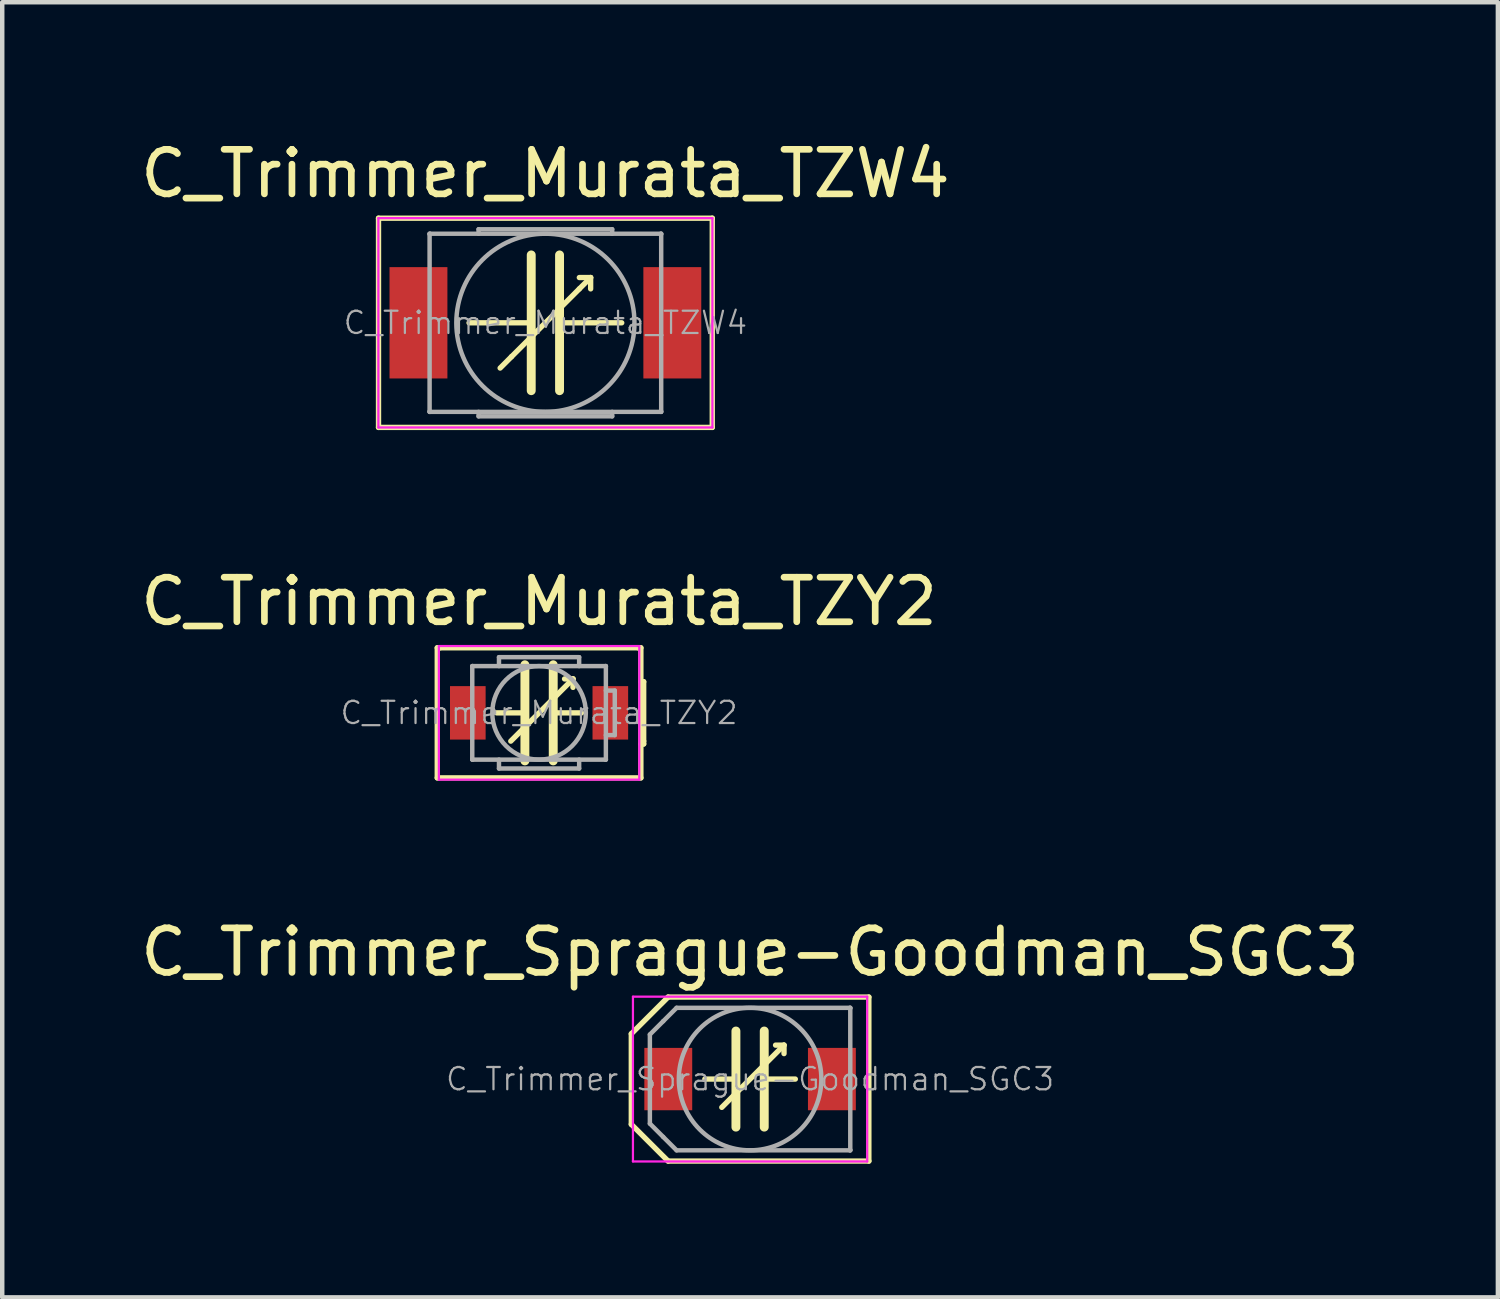
<source format=kicad_pcb>
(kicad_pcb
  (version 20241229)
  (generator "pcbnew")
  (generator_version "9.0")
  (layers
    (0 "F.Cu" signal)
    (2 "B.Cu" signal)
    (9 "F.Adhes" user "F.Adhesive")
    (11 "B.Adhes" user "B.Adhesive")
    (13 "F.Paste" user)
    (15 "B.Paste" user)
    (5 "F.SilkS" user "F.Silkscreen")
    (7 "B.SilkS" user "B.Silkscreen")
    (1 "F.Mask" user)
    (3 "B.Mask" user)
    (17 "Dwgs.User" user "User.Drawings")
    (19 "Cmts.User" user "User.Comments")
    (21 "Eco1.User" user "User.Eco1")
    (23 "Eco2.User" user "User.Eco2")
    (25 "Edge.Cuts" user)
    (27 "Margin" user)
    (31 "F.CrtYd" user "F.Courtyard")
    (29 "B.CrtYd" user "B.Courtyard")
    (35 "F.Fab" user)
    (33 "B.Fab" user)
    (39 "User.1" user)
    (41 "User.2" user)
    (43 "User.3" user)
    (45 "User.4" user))
  (footprint "C_Trimmer_Murata_TZW4"
    (layer "F.Cu")
    (at 9.196 4.198)
    (property "Reference" "C_Trimmer_Murata_TZW4" (at 0 -3.35 0) (layer "F.SilkS") (effects (font (size 1 1) (thickness 0.15))))
    (attr smd)
    (fp_line (start -3.747 -2.349) (end -3.747 2.349) (stroke (width 0.12) (type solid)) (layer "F.SilkS"))
    (fp_line (start -3.747 2.349) (end 3.747 2.349) (stroke (width 0.12) (type solid)) (layer "F.SilkS"))
    (fp_line (start -0.762 0.762) (end -1.016 1.016) (stroke (width 0.12) (type solid)) (layer "F.SilkS"))
    (fp_line (start -0.318 -1.524) (end -0.318 1.524) (stroke (width 0.2) (type solid)) (layer "F.SilkS"))
    (fp_line (start -0.318 0) (end -1.714 0) (stroke (width 0.12) (type solid)) (layer "F.SilkS"))
    (fp_line (start 0 0) (end -0.762 0.762) (stroke (width 0.12) (type solid)) (layer "F.SilkS"))
    (fp_line (start 0 0) (end 0.762 -0.762) (stroke (width 0.12) (type solid)) (layer "F.SilkS"))
    (fp_line (start 0.318 -1.524) (end 0.318 1.524) (stroke (width 0.2) (type solid)) (layer "F.SilkS"))
    (fp_line (start 0.762 -0.762) (end 1.016 -1.016) (stroke (width 0.12) (type solid)) (layer "F.SilkS"))
    (fp_line (start 1.016 -1.016) (end 0.762 -1.016) (stroke (width 0.12) (type solid)) (layer "F.SilkS"))
    (fp_line (start 1.016 -1.016) (end 1.016 -0.762) (stroke (width 0.12) (type solid)) (layer "F.SilkS"))
    (fp_line (start 1.714 0) (end 0.318 0) (stroke (width 0.12) (type solid)) (layer "F.SilkS"))
    (fp_line (start 3.747 -2.349) (end -3.747 -2.349) (stroke (width 0.12) (type solid)) (layer "F.SilkS"))
    (fp_line (start 3.747 2.349) (end 3.747 -2.349) (stroke (width 0.12) (type solid)) (layer "F.SilkS"))
    (fp_line (start -3.75 -2.35) (end -3.75 2.35) (stroke (width 0.05) (type solid)) (layer "F.CrtYd"))
    (fp_line (start -3.75 2.35) (end 3.75 2.35) (stroke (width 0.05) (type solid)) (layer "F.CrtYd"))
    (fp_line (start 3.75 -2.35) (end -3.75 -2.35) (stroke (width 0.05) (type solid)) (layer "F.CrtYd"))
    (fp_line (start 3.75 2.35) (end 3.75 -2.35) (stroke (width 0.05) (type solid)) (layer "F.CrtYd"))
    (fp_line (start -2.6 -2) (end -2.59 -2) (stroke (width 0.1) (type solid)) (layer "F.Fab"))
    (fp_line (start -2.6 -1.99) (end -2.6 -2) (stroke (width 0.1) (type solid)) (layer "F.Fab"))
    (fp_line (start -2.6 1.99) (end -2.6 -1.99) (stroke (width 0.1) (type solid)) (layer "F.Fab"))
    (fp_line (start -2.6 2) (end -2.6 1.99) (stroke (width 0.1) (type solid)) (layer "F.Fab"))
    (fp_line (start -2.59 -2) (end 2.59 -2) (stroke (width 0.1) (type solid)) (layer "F.Fab"))
    (fp_line (start -2.59 2) (end -2.6 2) (stroke (width 0.1) (type solid)) (layer "F.Fab"))
    (fp_line (start -1.5 -2.1) (end 1.5 -2.1) (stroke (width 0.1) (type solid)) (layer "F.Fab"))
    (fp_line (start -1.5 -2) (end -1.5 -2.1) (stroke (width 0.1) (type solid)) (layer "F.Fab"))
    (fp_line (start -1.5 2) (end -1.5 2.1) (stroke (width 0.1) (type solid)) (layer "F.Fab"))
    (fp_line (start -1.5 2.1) (end 1.5 2.1) (stroke (width 0.1) (type solid)) (layer "F.Fab"))
    (fp_line (start 1.5 -2.1) (end 1.5 -2) (stroke (width 0.1) (type solid)) (layer "F.Fab"))
    (fp_line (start 1.5 2.1) (end 1.5 2) (stroke (width 0.1) (type solid)) (layer "F.Fab"))
    (fp_line (start 2.59 -2) (end 2.6 -2) (stroke (width 0.1) (type solid)) (layer "F.Fab"))
    (fp_line (start 2.59 2) (end -2.59 2) (stroke (width 0.1) (type solid)) (layer "F.Fab"))
    (fp_line (start 2.6 -2) (end 2.6 -1.99) (stroke (width 0.1) (type solid)) (layer "F.Fab"))
    (fp_line (start 2.6 -1.99) (end 2.6 1.99) (stroke (width 0.1) (type solid)) (layer "F.Fab"))
    (fp_line (start 2.6 1.99) (end 2.6 2) (stroke (width 0.1) (type solid)) (layer "F.Fab"))
    (fp_line (start 2.6 2) (end 2.59 2) (stroke (width 0.1) (type solid)) (layer "F.Fab"))
    (fp_circle (center 0 0) (end 2 0) (stroke (width 0.1) (type solid)) (fill no) (layer "F.Fab"))
    (fp_text user "${REFERENCE}" (at 0 0 0) (layer "F.Fab") (effects (font (size 0.5 0.5) (thickness 0.05))))
    (pad "1" smd rect (at -2.85 0) (size 1.3 2.5) (layers "F.Cu" "F.Mask" "F.Paste"))
    (pad "2" smd rect (at 2.85 0) (size 1.3 2.5) (layers "F.Cu" "F.Mask" "F.Paste")))
  (footprint "C_Trimmer_Sprague-Goodman_SGC3"
    (layer "F.Cu")
    (at 13.792 21.179)
    (property "Reference" "C_Trimmer_Sprague-Goodman_SGC3" (at 0 -2.85 0) (layer "F.SilkS") (effects (font (size 1 1) (thickness 0.15))))
    (attr smd)
    (fp_line (start -2.667 -1.016) (end -2.667 1.016) (stroke (width 0.12) (type solid)) (layer "F.SilkS"))
    (fp_line (start -2.667 -1.016) (end -1.841 -1.841) (stroke (width 0.12) (type solid)) (layer "F.SilkS"))
    (fp_line (start -1.841 1.841) (end -2.667 1.016) (stroke (width 0.12) (type solid)) (layer "F.SilkS"))
    (fp_line (start -1.841 1.841) (end 2.667 1.841) (stroke (width 0.12) (type solid)) (layer "F.SilkS"))
    (fp_line (start -0.635 0.635) (end 0.762 -0.762) (stroke (width 0.12) (type solid)) (layer "F.SilkS"))
    (fp_line (start -0.318 -1.079) (end -0.318 1.079) (stroke (width 0.2) (type solid)) (layer "F.SilkS"))
    (fp_line (start -0.318 0) (end -1.016 0) (stroke (width 0.12) (type solid)) (layer "F.SilkS"))
    (fp_line (start 0.318 -1.079) (end 0.318 1.079) (stroke (width 0.2) (type solid)) (layer "F.SilkS"))
    (fp_line (start 0.762 -0.762) (end 0.572 -0.762) (stroke (width 0.12) (type solid)) (layer "F.SilkS"))
    (fp_line (start 0.762 -0.762) (end 0.762 -0.572) (stroke (width 0.12) (type solid)) (layer "F.SilkS"))
    (fp_line (start 1.016 0) (end 0.318 0) (stroke (width 0.12) (type solid)) (layer "F.SilkS"))
    (fp_line (start 2.667 -1.841) (end -1.841 -1.841) (stroke (width 0.12) (type solid)) (layer "F.SilkS"))
    (fp_line (start 2.667 1.841) (end 2.667 -1.841) (stroke (width 0.12) (type solid)) (layer "F.SilkS"))
    (fp_line (start -2.63 -1.85) (end -2.63 1.85) (stroke (width 0.05) (type solid)) (layer "F.CrtYd"))
    (fp_line (start -2.63 1.85) (end 2.63 1.85) (stroke (width 0.05) (type solid)) (layer "F.CrtYd"))
    (fp_line (start 2.63 -1.85) (end -2.63 -1.85) (stroke (width 0.05) (type solid)) (layer "F.CrtYd"))
    (fp_line (start 2.63 1.85) (end 2.63 -1.85) (stroke (width 0.05) (type solid)) (layer "F.CrtYd"))
    (fp_line (start -2.25 -1) (end -1.95 -1.3) (stroke (width 0.1) (type solid)) (layer "F.Fab"))
    (fp_line (start -2.25 1) (end -2.25 -1) (stroke (width 0.1) (type solid)) (layer "F.Fab"))
    (fp_line (start -1.95 -1.3) (end -1.65 -1.6) (stroke (width 0.1) (type solid)) (layer "F.Fab"))
    (fp_line (start -1.95 1.3) (end -2.25 1) (stroke (width 0.1) (type solid)) (layer "F.Fab"))
    (fp_line (start -1.65 -1.6) (end 2.24 -1.6) (stroke (width 0.1) (type solid)) (layer "F.Fab"))
    (fp_line (start -1.65 1.6) (end -1.95 1.3) (stroke (width 0.1) (type solid)) (layer "F.Fab"))
    (fp_line (start 2.24 -1.6) (end 2.25 -1.6) (stroke (width 0.1) (type solid)) (layer "F.Fab"))
    (fp_line (start 2.24 1.6) (end -1.65 1.6) (stroke (width 0.1) (type solid)) (layer "F.Fab"))
    (fp_line (start 2.25 -1.6) (end 2.25 -1.59) (stroke (width 0.1) (type solid)) (layer "F.Fab"))
    (fp_line (start 2.25 -1.59) (end 2.25 1.59) (stroke (width 0.1) (type solid)) (layer "F.Fab"))
    (fp_line (start 2.25 1.59) (end 2.25 1.6) (stroke (width 0.1) (type solid)) (layer "F.Fab"))
    (fp_line (start 2.25 1.6) (end 2.24 1.6) (stroke (width 0.1) (type solid)) (layer "F.Fab"))
    (fp_circle (center 0 0) (end 1.6 0) (stroke (width 0.1) (type solid)) (fill no) (layer "F.Fab"))
    (fp_text user "${REFERENCE}" (at 0 0 0) (layer "F.Fab") (effects (font (size 0.5 0.5) (thickness 0.05))))
    (pad "1" smd rect (at -1.837 0) (size 1.075 1.4) (layers "F.Cu" "F.Mask" "F.Paste"))
    (pad "2" smd rect (at 1.837 0) (size 1.075 1.4) (layers "F.Cu" "F.Mask" "F.Paste")))
  (footprint "C_Trimmer_Murata_TZY2"
    (layer "F.Cu")
    (at 9.054 12.956)
    (property "Reference" "C_Trimmer_Murata_TZY2" (at 0 -2.5 0) (layer "F.SilkS") (effects (font (size 1 1) (thickness 0.15))))
    (attr smd)
    (fp_line (start -2.286 -1.46) (end -2.286 1.46) (stroke (width 0.12) (type solid)) (layer "F.SilkS"))
    (fp_line (start -2.286 1.46) (end 2.286 1.46) (stroke (width 0.12) (type solid)) (layer "F.SilkS"))
    (fp_line (start -2.223 -1.46) (end -2.286 -1.46) (stroke (width 0.12) (type solid)) (layer "F.SilkS"))
    (fp_line (start -0.635 0.635) (end 0.762 -0.762) (stroke (width 0.12) (type solid)) (layer "F.SilkS"))
    (fp_line (start -0.318 -1.079) (end -0.318 1.079) (stroke (width 0.2) (type solid)) (layer "F.SilkS"))
    (fp_line (start -0.318 0) (end -0.953 0) (stroke (width 0.12) (type solid)) (layer "F.SilkS"))
    (fp_line (start 0.318 -1.079) (end 0.318 1.079) (stroke (width 0.2) (type solid)) (layer "F.SilkS"))
    (fp_line (start 0.762 -0.762) (end 0.572 -0.762) (stroke (width 0.12) (type solid)) (layer "F.SilkS"))
    (fp_line (start 0.762 -0.762) (end 0.762 -0.572) (stroke (width 0.12) (type solid)) (layer "F.SilkS"))
    (fp_line (start 0.953 0) (end 0.318 0) (stroke (width 0.12) (type solid)) (layer "F.SilkS"))
    (fp_line (start 2.223 -1.46) (end -2.223 -1.46) (stroke (width 0.12) (type solid)) (layer "F.SilkS"))
    (fp_line (start 2.286 -1.46) (end 2.223 -1.46) (stroke (width 0.12) (type solid)) (layer "F.SilkS"))
    (fp_line (start 2.286 -0.699) (end 2.349 -0.699) (stroke (width 0.12) (type solid)) (layer "F.SilkS"))
    (fp_line (start 2.286 1.46) (end 2.286 -1.46) (stroke (width 0.12) (type solid)) (layer "F.SilkS"))
    (fp_line (start 2.349 -0.699) (end 2.349 0.635) (stroke (width 0.12) (type solid)) (layer "F.SilkS"))
    (fp_line (start 2.349 0.635) (end 2.349 0.699) (stroke (width 0.12) (type solid)) (layer "F.SilkS"))
    (fp_line (start 2.349 0.699) (end 2.286 0.699) (stroke (width 0.12) (type solid)) (layer "F.SilkS"))
    (fp_line (start -2.25 -1.5) (end -2.25 1.5) (stroke (width 0.05) (type solid)) (layer "F.CrtYd"))
    (fp_line (start -2.25 1.5) (end 2.25 1.5) (stroke (width 0.05) (type solid)) (layer "F.CrtYd"))
    (fp_line (start 2.25 -1.5) (end -2.25 -1.5) (stroke (width 0.05) (type solid)) (layer "F.CrtYd"))
    (fp_line (start 2.25 1.5) (end 2.25 -1.5) (stroke (width 0.05) (type solid)) (layer "F.CrtYd"))
    (fp_line (start -1.5 -1.05) (end -1.49 -1.05) (stroke (width 0.1) (type solid)) (layer "F.Fab"))
    (fp_line (start -1.5 -1.04) (end -1.5 -1.05) (stroke (width 0.1) (type solid)) (layer "F.Fab"))
    (fp_line (start -1.5 1.04) (end -1.5 -1.04) (stroke (width 0.1) (type solid)) (layer "F.Fab"))
    (fp_line (start -1.5 1.05) (end -1.5 1.04) (stroke (width 0.1) (type solid)) (layer "F.Fab"))
    (fp_line (start -1.49 -1.05) (end 1.49 -1.05) (stroke (width 0.1) (type solid)) (layer "F.Fab"))
    (fp_line (start -1.49 1.05) (end -1.5 1.05) (stroke (width 0.1) (type solid)) (layer "F.Fab"))
    (fp_line (start -0.9 -1.25) (end 0.9 -1.25) (stroke (width 0.1) (type solid)) (layer "F.Fab"))
    (fp_line (start -0.9 -1.05) (end -0.9 -1.25) (stroke (width 0.1) (type solid)) (layer "F.Fab"))
    (fp_line (start -0.9 1.05) (end -0.9 1.25) (stroke (width 0.1) (type solid)) (layer "F.Fab"))
    (fp_line (start -0.9 1.25) (end 0.9 1.25) (stroke (width 0.1) (type solid)) (layer "F.Fab"))
    (fp_line (start 0.9 -1.25) (end 0.9 -1.05) (stroke (width 0.1) (type solid)) (layer "F.Fab"))
    (fp_line (start 0.9 1.25) (end 0.9 1.05) (stroke (width 0.1) (type solid)) (layer "F.Fab"))
    (fp_line (start 1.49 -1.05) (end 1.5 -1.05) (stroke (width 0.1) (type solid)) (layer "F.Fab"))
    (fp_line (start 1.49 1.05) (end -1.49 1.05) (stroke (width 0.1) (type solid)) (layer "F.Fab"))
    (fp_line (start 1.5 -1.05) (end 1.5 -1.04) (stroke (width 0.1) (type solid)) (layer "F.Fab"))
    (fp_line (start 1.5 -1.04) (end 1.5 1.04) (stroke (width 0.1) (type solid)) (layer "F.Fab"))
    (fp_line (start 1.5 -0.5) (end 1.7 -0.5) (stroke (width 0.1) (type solid)) (layer "F.Fab"))
    (fp_line (start 1.5 1.04) (end 1.5 1.05) (stroke (width 0.1) (type solid)) (layer "F.Fab"))
    (fp_line (start 1.5 1.05) (end 1.49 1.05) (stroke (width 0.1) (type solid)) (layer "F.Fab"))
    (fp_line (start 1.7 -0.5) (end 1.7 0.5) (stroke (width 0.1) (type solid)) (layer "F.Fab"))
    (fp_line (start 1.7 0.5) (end 1.5 0.5) (stroke (width 0.1) (type solid)) (layer "F.Fab"))
    (fp_circle (center 0 0) (end 1.05 0) (stroke (width 0.1) (type solid)) (fill no) (layer "F.Fab"))
    (fp_text user "${REFERENCE}" (at 0 0 0) (layer "F.Fab") (effects (font (size 0.5 0.5) (thickness 0.05))))
    (pad "1" smd rect (at -1.6 0) (size 0.8 1.2) (layers "F.Cu" "F.Mask" "F.Paste"))
    (pad "2" smd rect (at 1.6 0) (size 0.8 1.2) (layers "F.Cu" "F.Mask" "F.Paste")))
  (gr_rect
    (start -3 -3)
    (end 30.583 26.081)
    (stroke (width 0.1) (type default))
    (fill no)
    (layer "Edge.Cuts")))
</source>
